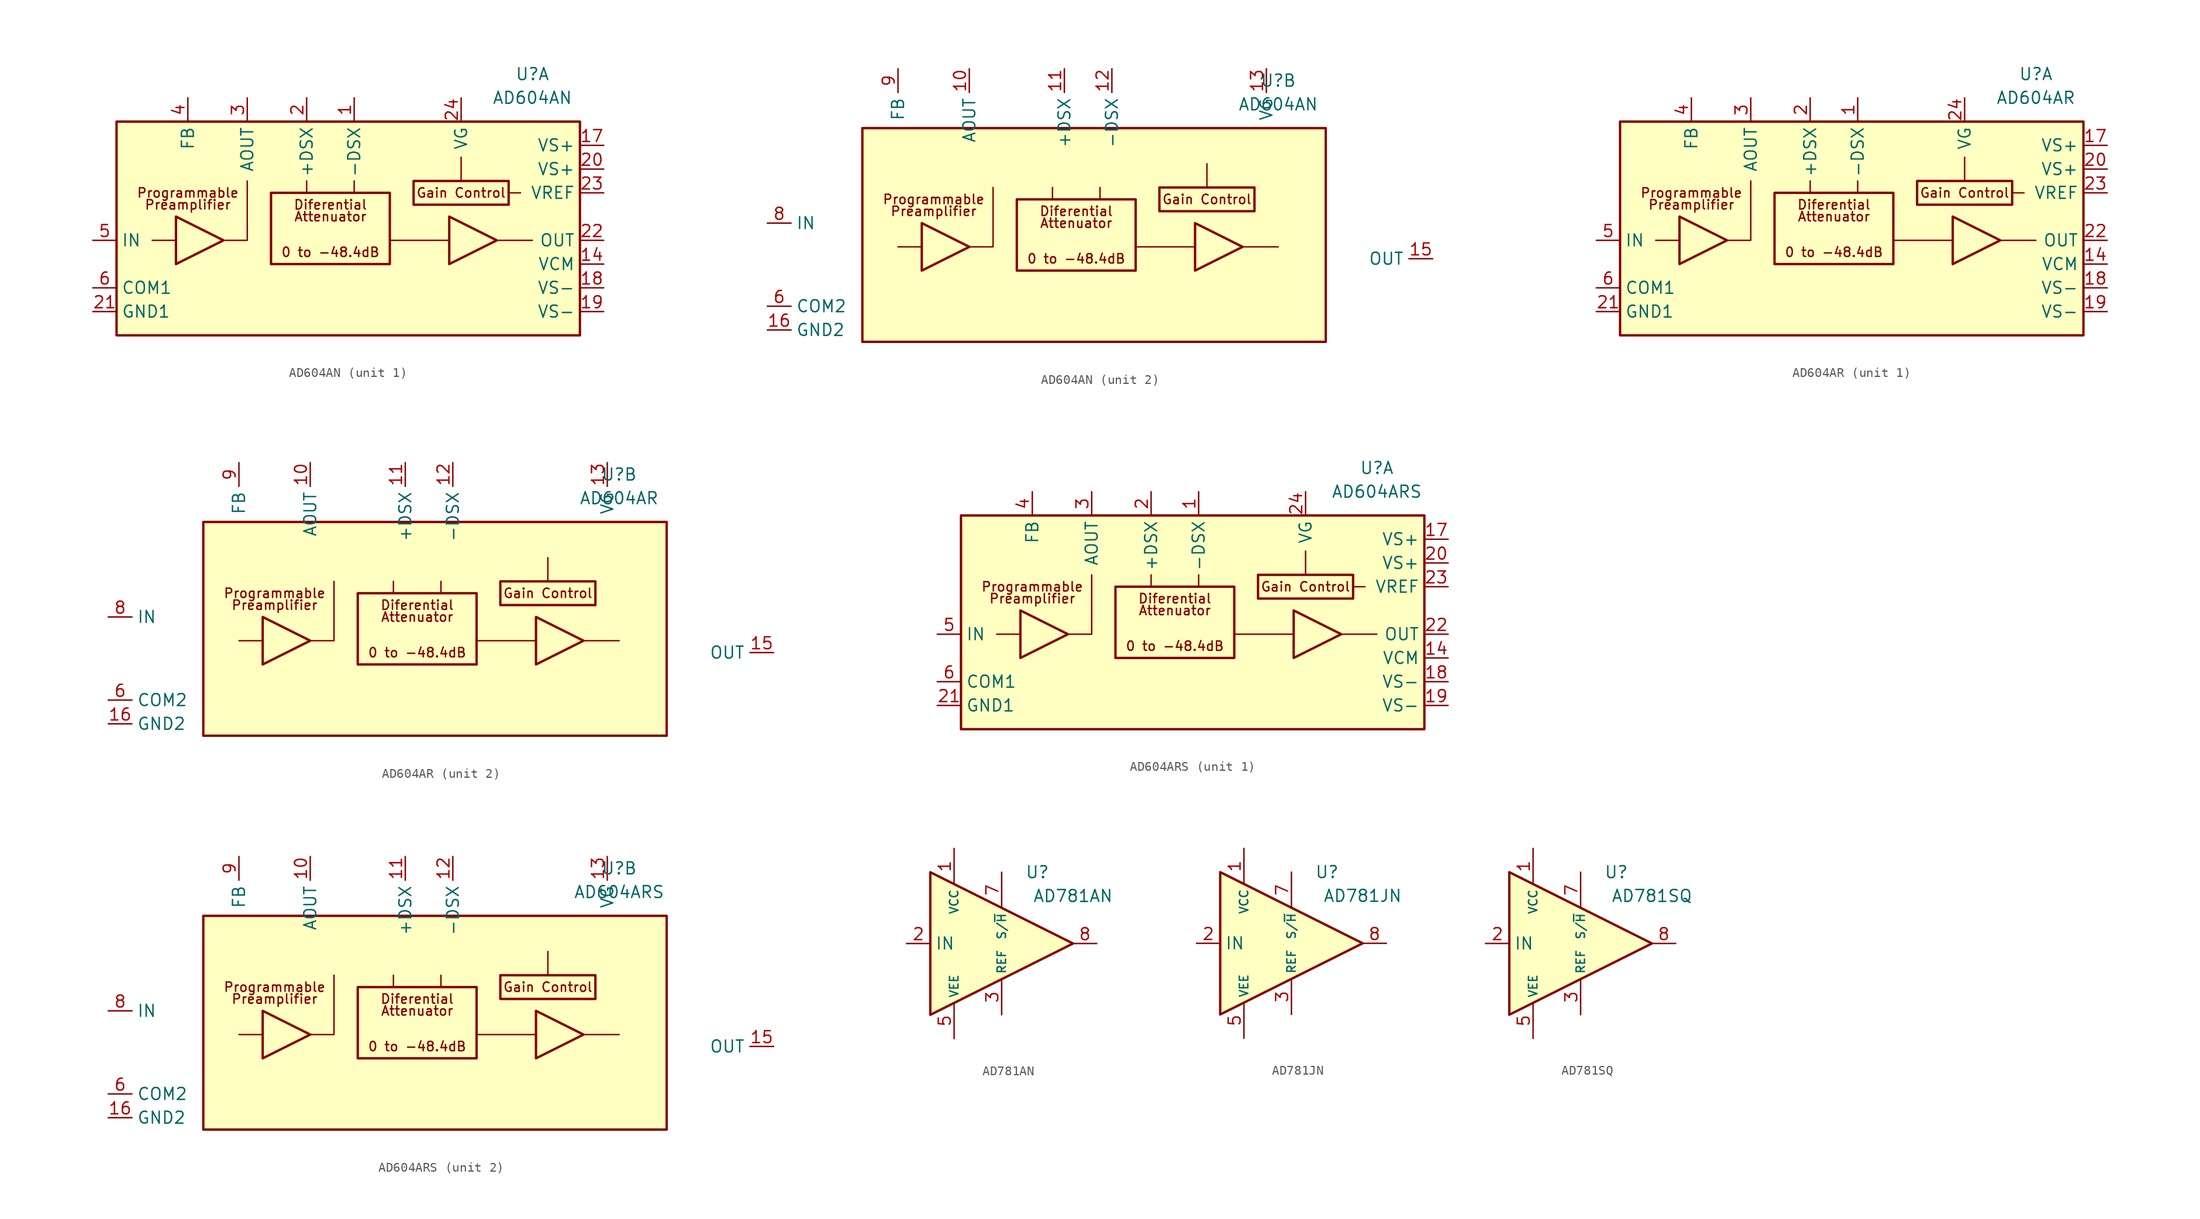
<source format=kicad_sym>
(kicad_symbol_lib
  (version 20211014)
  (generator kicad_symbol_editor)
  (symbol "AD604AN"
    (property "Reference" "U"
      (at 19.05 16.51 0)
      (effects (font (size 1.27 1.27))))
    (property "Value" "AD604AN"
      (at 19.05 13.97 0)
      (effects (font (size 1.27 1.27))))
    (property "ki_locked" ""
      (at 0 0 0)
      (effects (font (size 1.27 1.27))))
    (symbol "AD604AN_0_0"
      (rectangle (start -25.4 11.43) (end 24.13 -11.43) (stroke (width 0.254) (type default) (color 0 0 0 0)) (fill (type background)))
      (rectangle (start -8.89 3.81) (end 3.81 -3.81) (stroke (width 0.254) (type default) (color 0 0 0 0)) (fill (type none)))
      (polyline (pts (xy -19.05 -1.27) (xy -21.59 -1.27)) (stroke (width 0.152) (type default) (color 0 0 0 0)) (fill (type none)))
      (polyline (pts (xy -5.08 3.81) (xy -5.08 5.08)) (stroke (width 0.152) (type default) (color 0 0 0 0)) (fill (type none)))
      (polyline (pts (xy 0 3.81) (xy 0 5.08)) (stroke (width 0.152) (type default) (color 0 0 0 0)) (fill (type none)))
      (polyline (pts (xy 3.81 -1.27) (xy 10.16 -1.27)) (stroke (width 0.152) (type default) (color 0 0 0 0)) (fill (type none)))
      (polyline (pts (xy 11.43 5.08) (xy 11.43 7.62)) (stroke (width 0.152) (type default) (color 0 0 0 0)) (fill (type none)))
      (polyline (pts (xy 15.24 -1.27) (xy 19.05 -1.27)) (stroke (width 0.152) (type default) (color 0 0 0 0)) (fill (type none)))
      (polyline (pts (xy -13.97 -1.27) (xy -11.43 -1.27) (xy -11.43 5.08)) (stroke (width 0.152) (type default) (color 0 0 0 0)) (fill (type none)))
      (rectangle (start 6.35 5.08) (end 16.51 2.54) (stroke (width 0.254) (type default) (color 0 0 0 0)) (fill (type none)))
      (text "0 to -48.4dB" (at -2.54 -2.54 0) (effects (font (size 1 1))))
      (text "Attenuator" (at -2.54 1.27 0) (effects (font (size 1 1))))
      (text "Diferential" (at -2.54 2.54 0) (effects (font (size 1 1))))
      (text "Gain Control" (at 11.43 3.81 0) (effects (font (size 1 1))))
      (text "Preamplifier" (at -17.78 2.54 0) (effects (font (size 1 1))))
      (text "Programmable" (at -17.78 3.81 0) (effects (font (size 1 1)))))
    (symbol "AD604AN_0_1"
      (polyline (pts (xy -19.05 1.27) (xy -19.05 -3.81) (xy -13.97 -1.27) (xy -19.05 1.27)) (stroke (width 0.254) (type default) (color 0 0 0 0)) (fill (type none)))
      (polyline (pts (xy 10.16 1.27) (xy 10.16 -3.81) (xy 15.24 -1.27) (xy 10.16 1.27)) (stroke (width 0.254) (type default) (color 0 0 0 0)) (fill (type none))))
    (symbol "AD604AN_1_0"
      (polyline (pts (xy 16.51 3.81) (xy 17.78 3.81)) (stroke (width 0.152) (type default) (color 0 0 0 0)) (fill (type none))))
    (symbol "AD604AN_1_1"
      (pin input line (at 0 13.97 270) (length 2.54) (name "-DSX" (effects (font (size 1.27 1.27)))) (number "1" (effects (font (size 1.27 1.27)))))
      (pin input line (at 26.67 -3.81 180) (length 2.54) (name "VCM" (effects (font (size 1.27 1.27)))) (number "14" (effects (font (size 1.27 1.27)))))
      (pin power_in line (at 26.67 8.89 180) (length 2.54) (name "VS+" (effects (font (size 1.27 1.27)))) (number "17" (effects (font (size 1.27 1.27)))))
      (pin power_in line (at 26.67 -6.35 180) (length 2.54) (name "VS-" (effects (font (size 1.27 1.27)))) (number "18" (effects (font (size 1.27 1.27)))))
      (pin power_in line (at 26.67 -8.89 180) (length 2.54) (name "VS-" (effects (font (size 1.27 1.27)))) (number "19" (effects (font (size 1.27 1.27)))))
      (pin input line (at -5.08 13.97 270) (length 2.54) (name "+DSX" (effects (font (size 1.27 1.27)))) (number "2" (effects (font (size 1.27 1.27)))))
      (pin power_in line (at 26.67 6.35 180) (length 2.54) (name "VS+" (effects (font (size 1.27 1.27)))) (number "20" (effects (font (size 1.27 1.27)))))
      (pin power_in line (at -27.94 -8.89 0) (length 2.54) (name "GND1" (effects (font (size 1.27 1.27)))) (number "21" (effects (font (size 1.27 1.27)))))
      (pin output line (at 26.67 -1.27 180) (length 2.54) (name "OUT" (effects (font (size 1.27 1.27)))) (number "22" (effects (font (size 1.27 1.27)))))
      (pin input line (at 26.67 3.81 180) (length 2.54) (name "VREF" (effects (font (size 1.27 1.27)))) (number "23" (effects (font (size 1.27 1.27)))))
      (pin input line (at 11.43 13.97 270) (length 2.54) (name "VG" (effects (font (size 1.27 1.27)))) (number "24" (effects (font (size 1.27 1.27)))))
      (pin output line (at -11.43 13.97 270) (length 2.54) (name "AOUT" (effects (font (size 1.27 1.27)))) (number "3" (effects (font (size 1.27 1.27)))))
      (pin passive line (at -17.78 13.97 270) (length 2.54) (name "FB" (effects (font (size 1.27 1.27)))) (number "4" (effects (font (size 1.27 1.27)))))
      (pin input line (at -27.94 -1.27 0) (length 2.54) (name "IN" (effects (font (size 1.27 1.27)))) (number "5" (effects (font (size 1.27 1.27)))))
      (pin power_in line (at -27.94 -6.35 0) (length 2.54) (name "COM1" (effects (font (size 1.27 1.27)))) (number "6" (effects (font (size 1.27 1.27))))))
    (symbol "AD604AN_2_1"
      (pin output line (at -13.97 17.78 270) (length 2.54) (name "AOUT" (effects (font (size 1.27 1.27)))) (number "10" (effects (font (size 1.27 1.27)))))
      (pin input line (at -3.81 17.78 270) (length 2.54) (name "+DSX" (effects (font (size 1.27 1.27)))) (number "11" (effects (font (size 1.27 1.27)))))
      (pin input line (at 1.27 17.78 270) (length 2.54) (name "-DSX" (effects (font (size 1.27 1.27)))) (number "12" (effects (font (size 1.27 1.27)))))
      (pin input line (at 17.78 17.78 270) (length 2.54) (name "VG" (effects (font (size 1.27 1.27)))) (number "13" (effects (font (size 1.27 1.27)))))
      (pin output line (at 35.56 -2.54 180) (length 2.54) (name "OUT" (effects (font (size 1.27 1.27)))) (number "15" (effects (font (size 1.27 1.27)))))
      (pin power_in line (at -35.56 -10.16 0) (length 2.54) (name "GND2" (effects (font (size 1.27 1.27)))) (number "16" (effects (font (size 1.27 1.27)))))
      (pin power_in line (at -35.56 -7.62 0) (length 2.54) (name "COM2" (effects (font (size 1.27 1.27)))) (number "6" (effects (font (size 1.27 1.27)))))
      (pin input line (at -35.56 1.27 0) (length 2.54) (name "IN" (effects (font (size 1.27 1.27)))) (number "8" (effects (font (size 1.27 1.27)))))
      (pin passive line (at -21.59 17.78 270) (length 2.54) (name "FB" (effects (font (size 1.27 1.27)))) (number "9" (effects (font (size 1.27 1.27)))))))
  (symbol "AD604AR"
    (property "Reference" "U"
      (at 19.05 16.51 0)
      (effects (font (size 1.27 1.27))))
    (property "Value" "AD604AR"
      (at 19.05 13.97 0)
      (effects (font (size 1.27 1.27))))
    (property "ki_locked" ""
      (at 0 0 0)
      (effects (font (size 1.27 1.27))))
    (symbol "AD604AR_0_0"
      (rectangle (start -25.4 11.43) (end 24.13 -11.43) (stroke (width 0.254) (type default) (color 0 0 0 0)) (fill (type background)))
      (rectangle (start -8.89 3.81) (end 3.81 -3.81) (stroke (width 0.254) (type default) (color 0 0 0 0)) (fill (type none)))
      (polyline (pts (xy -19.05 -1.27) (xy -21.59 -1.27)) (stroke (width 0.152) (type default) (color 0 0 0 0)) (fill (type none)))
      (polyline (pts (xy -5.08 3.81) (xy -5.08 5.08)) (stroke (width 0.152) (type default) (color 0 0 0 0)) (fill (type none)))
      (polyline (pts (xy 0 3.81) (xy 0 5.08)) (stroke (width 0.152) (type default) (color 0 0 0 0)) (fill (type none)))
      (polyline (pts (xy 3.81 -1.27) (xy 10.16 -1.27)) (stroke (width 0.152) (type default) (color 0 0 0 0)) (fill (type none)))
      (polyline (pts (xy 11.43 5.08) (xy 11.43 7.62)) (stroke (width 0.152) (type default) (color 0 0 0 0)) (fill (type none)))
      (polyline (pts (xy 15.24 -1.27) (xy 19.05 -1.27)) (stroke (width 0.152) (type default) (color 0 0 0 0)) (fill (type none)))
      (polyline (pts (xy -13.97 -1.27) (xy -11.43 -1.27) (xy -11.43 5.08)) (stroke (width 0.152) (type default) (color 0 0 0 0)) (fill (type none)))
      (rectangle (start 6.35 5.08) (end 16.51 2.54) (stroke (width 0.254) (type default) (color 0 0 0 0)) (fill (type none)))
      (text "0 to -48.4dB" (at -2.54 -2.54 0) (effects (font (size 1 1))))
      (text "Attenuator" (at -2.54 1.27 0) (effects (font (size 1 1))))
      (text "Diferential" (at -2.54 2.54 0) (effects (font (size 1 1))))
      (text "Gain Control" (at 11.43 3.81 0) (effects (font (size 1 1))))
      (text "Preamplifier" (at -17.78 2.54 0) (effects (font (size 1 1))))
      (text "Programmable" (at -17.78 3.81 0) (effects (font (size 1 1)))))
    (symbol "AD604AR_0_1"
      (polyline (pts (xy -19.05 1.27) (xy -19.05 -3.81) (xy -13.97 -1.27) (xy -19.05 1.27)) (stroke (width 0.254) (type default) (color 0 0 0 0)) (fill (type none)))
      (polyline (pts (xy 10.16 1.27) (xy 10.16 -3.81) (xy 15.24 -1.27) (xy 10.16 1.27)) (stroke (width 0.254) (type default) (color 0 0 0 0)) (fill (type none))))
    (symbol "AD604AR_1_0"
      (polyline (pts (xy 16.51 3.81) (xy 17.78 3.81)) (stroke (width 0.152) (type default) (color 0 0 0 0)) (fill (type none))))
    (symbol "AD604AR_1_1"
      (pin input line (at 0 13.97 270) (length 2.54) (name "-DSX" (effects (font (size 1.27 1.27)))) (number "1" (effects (font (size 1.27 1.27)))))
      (pin input line (at 26.67 -3.81 180) (length 2.54) (name "VCM" (effects (font (size 1.27 1.27)))) (number "14" (effects (font (size 1.27 1.27)))))
      (pin power_in line (at 26.67 8.89 180) (length 2.54) (name "VS+" (effects (font (size 1.27 1.27)))) (number "17" (effects (font (size 1.27 1.27)))))
      (pin power_in line (at 26.67 -6.35 180) (length 2.54) (name "VS-" (effects (font (size 1.27 1.27)))) (number "18" (effects (font (size 1.27 1.27)))))
      (pin power_in line (at 26.67 -8.89 180) (length 2.54) (name "VS-" (effects (font (size 1.27 1.27)))) (number "19" (effects (font (size 1.27 1.27)))))
      (pin input line (at -5.08 13.97 270) (length 2.54) (name "+DSX" (effects (font (size 1.27 1.27)))) (number "2" (effects (font (size 1.27 1.27)))))
      (pin power_in line (at 26.67 6.35 180) (length 2.54) (name "VS+" (effects (font (size 1.27 1.27)))) (number "20" (effects (font (size 1.27 1.27)))))
      (pin power_in line (at -27.94 -8.89 0) (length 2.54) (name "GND1" (effects (font (size 1.27 1.27)))) (number "21" (effects (font (size 1.27 1.27)))))
      (pin output line (at 26.67 -1.27 180) (length 2.54) (name "OUT" (effects (font (size 1.27 1.27)))) (number "22" (effects (font (size 1.27 1.27)))))
      (pin input line (at 26.67 3.81 180) (length 2.54) (name "VREF" (effects (font (size 1.27 1.27)))) (number "23" (effects (font (size 1.27 1.27)))))
      (pin input line (at 11.43 13.97 270) (length 2.54) (name "VG" (effects (font (size 1.27 1.27)))) (number "24" (effects (font (size 1.27 1.27)))))
      (pin output line (at -11.43 13.97 270) (length 2.54) (name "AOUT" (effects (font (size 1.27 1.27)))) (number "3" (effects (font (size 1.27 1.27)))))
      (pin passive line (at -17.78 13.97 270) (length 2.54) (name "FB" (effects (font (size 1.27 1.27)))) (number "4" (effects (font (size 1.27 1.27)))))
      (pin input line (at -27.94 -1.27 0) (length 2.54) (name "IN" (effects (font (size 1.27 1.27)))) (number "5" (effects (font (size 1.27 1.27)))))
      (pin power_in line (at -27.94 -6.35 0) (length 2.54) (name "COM1" (effects (font (size 1.27 1.27)))) (number "6" (effects (font (size 1.27 1.27))))))
    (symbol "AD604AR_2_1"
      (pin output line (at -13.97 17.78 270) (length 2.54) (name "AOUT" (effects (font (size 1.27 1.27)))) (number "10" (effects (font (size 1.27 1.27)))))
      (pin input line (at -3.81 17.78 270) (length 2.54) (name "+DSX" (effects (font (size 1.27 1.27)))) (number "11" (effects (font (size 1.27 1.27)))))
      (pin input line (at 1.27 17.78 270) (length 2.54) (name "-DSX" (effects (font (size 1.27 1.27)))) (number "12" (effects (font (size 1.27 1.27)))))
      (pin input line (at 17.78 17.78 270) (length 2.54) (name "VG" (effects (font (size 1.27 1.27)))) (number "13" (effects (font (size 1.27 1.27)))))
      (pin output line (at 35.56 -2.54 180) (length 2.54) (name "OUT" (effects (font (size 1.27 1.27)))) (number "15" (effects (font (size 1.27 1.27)))))
      (pin power_in line (at -35.56 -10.16 0) (length 2.54) (name "GND2" (effects (font (size 1.27 1.27)))) (number "16" (effects (font (size 1.27 1.27)))))
      (pin power_in line (at -35.56 -7.62 0) (length 2.54) (name "COM2" (effects (font (size 1.27 1.27)))) (number "6" (effects (font (size 1.27 1.27)))))
      (pin input line (at -35.56 1.27 0) (length 2.54) (name "IN" (effects (font (size 1.27 1.27)))) (number "8" (effects (font (size 1.27 1.27)))))
      (pin passive line (at -21.59 17.78 270) (length 2.54) (name "FB" (effects (font (size 1.27 1.27)))) (number "9" (effects (font (size 1.27 1.27)))))))
  (symbol "AD604ARS"
    (property "Reference" "U"
      (at 19.05 16.51 0)
      (effects (font (size 1.27 1.27))))
    (property "Value" "AD604ARS"
      (at 19.05 13.97 0)
      (effects (font (size 1.27 1.27))))
    (property "ki_locked" ""
      (at 0 0 0)
      (effects (font (size 1.27 1.27))))
    (symbol "AD604ARS_0_0"
      (rectangle (start -25.4 11.43) (end 24.13 -11.43) (stroke (width 0.254) (type default) (color 0 0 0 0)) (fill (type background)))
      (rectangle (start -8.89 3.81) (end 3.81 -3.81) (stroke (width 0.254) (type default) (color 0 0 0 0)) (fill (type none)))
      (polyline (pts (xy -19.05 -1.27) (xy -21.59 -1.27)) (stroke (width 0.152) (type default) (color 0 0 0 0)) (fill (type none)))
      (polyline (pts (xy -5.08 3.81) (xy -5.08 5.08)) (stroke (width 0.152) (type default) (color 0 0 0 0)) (fill (type none)))
      (polyline (pts (xy 0 3.81) (xy 0 5.08)) (stroke (width 0.152) (type default) (color 0 0 0 0)) (fill (type none)))
      (polyline (pts (xy 3.81 -1.27) (xy 10.16 -1.27)) (stroke (width 0.152) (type default) (color 0 0 0 0)) (fill (type none)))
      (polyline (pts (xy 11.43 5.08) (xy 11.43 7.62)) (stroke (width 0.152) (type default) (color 0 0 0 0)) (fill (type none)))
      (polyline (pts (xy 15.24 -1.27) (xy 19.05 -1.27)) (stroke (width 0.152) (type default) (color 0 0 0 0)) (fill (type none)))
      (polyline (pts (xy -13.97 -1.27) (xy -11.43 -1.27) (xy -11.43 5.08)) (stroke (width 0.152) (type default) (color 0 0 0 0)) (fill (type none)))
      (rectangle (start 6.35 5.08) (end 16.51 2.54) (stroke (width 0.254) (type default) (color 0 0 0 0)) (fill (type none)))
      (text "0 to -48.4dB" (at -2.54 -2.54 0) (effects (font (size 1 1))))
      (text "Attenuator" (at -2.54 1.27 0) (effects (font (size 1 1))))
      (text "Diferential" (at -2.54 2.54 0) (effects (font (size 1 1))))
      (text "Gain Control" (at 11.43 3.81 0) (effects (font (size 1 1))))
      (text "Preamplifier" (at -17.78 2.54 0) (effects (font (size 1 1))))
      (text "Programmable" (at -17.78 3.81 0) (effects (font (size 1 1)))))
    (symbol "AD604ARS_0_1"
      (polyline (pts (xy -19.05 1.27) (xy -19.05 -3.81) (xy -13.97 -1.27) (xy -19.05 1.27)) (stroke (width 0.254) (type default) (color 0 0 0 0)) (fill (type none)))
      (polyline (pts (xy 10.16 1.27) (xy 10.16 -3.81) (xy 15.24 -1.27) (xy 10.16 1.27)) (stroke (width 0.254) (type default) (color 0 0 0 0)) (fill (type none))))
    (symbol "AD604ARS_1_0"
      (polyline (pts (xy 16.51 3.81) (xy 17.78 3.81)) (stroke (width 0.152) (type default) (color 0 0 0 0)) (fill (type none))))
    (symbol "AD604ARS_1_1"
      (pin input line (at 0 13.97 270) (length 2.54) (name "-DSX" (effects (font (size 1.27 1.27)))) (number "1" (effects (font (size 1.27 1.27)))))
      (pin input line (at 26.67 -3.81 180) (length 2.54) (name "VCM" (effects (font (size 1.27 1.27)))) (number "14" (effects (font (size 1.27 1.27)))))
      (pin power_in line (at 26.67 8.89 180) (length 2.54) (name "VS+" (effects (font (size 1.27 1.27)))) (number "17" (effects (font (size 1.27 1.27)))))
      (pin power_in line (at 26.67 -6.35 180) (length 2.54) (name "VS-" (effects (font (size 1.27 1.27)))) (number "18" (effects (font (size 1.27 1.27)))))
      (pin power_in line (at 26.67 -8.89 180) (length 2.54) (name "VS-" (effects (font (size 1.27 1.27)))) (number "19" (effects (font (size 1.27 1.27)))))
      (pin input line (at -5.08 13.97 270) (length 2.54) (name "+DSX" (effects (font (size 1.27 1.27)))) (number "2" (effects (font (size 1.27 1.27)))))
      (pin power_in line (at 26.67 6.35 180) (length 2.54) (name "VS+" (effects (font (size 1.27 1.27)))) (number "20" (effects (font (size 1.27 1.27)))))
      (pin power_in line (at -27.94 -8.89 0) (length 2.54) (name "GND1" (effects (font (size 1.27 1.27)))) (number "21" (effects (font (size 1.27 1.27)))))
      (pin output line (at 26.67 -1.27 180) (length 2.54) (name "OUT" (effects (font (size 1.27 1.27)))) (number "22" (effects (font (size 1.27 1.27)))))
      (pin input line (at 26.67 3.81 180) (length 2.54) (name "VREF" (effects (font (size 1.27 1.27)))) (number "23" (effects (font (size 1.27 1.27)))))
      (pin input line (at 11.43 13.97 270) (length 2.54) (name "VG" (effects (font (size 1.27 1.27)))) (number "24" (effects (font (size 1.27 1.27)))))
      (pin output line (at -11.43 13.97 270) (length 2.54) (name "AOUT" (effects (font (size 1.27 1.27)))) (number "3" (effects (font (size 1.27 1.27)))))
      (pin passive line (at -17.78 13.97 270) (length 2.54) (name "FB" (effects (font (size 1.27 1.27)))) (number "4" (effects (font (size 1.27 1.27)))))
      (pin input line (at -27.94 -1.27 0) (length 2.54) (name "IN" (effects (font (size 1.27 1.27)))) (number "5" (effects (font (size 1.27 1.27)))))
      (pin power_in line (at -27.94 -6.35 0) (length 2.54) (name "COM1" (effects (font (size 1.27 1.27)))) (number "6" (effects (font (size 1.27 1.27))))))
    (symbol "AD604ARS_2_1"
      (pin output line (at -13.97 17.78 270) (length 2.54) (name "AOUT" (effects (font (size 1.27 1.27)))) (number "10" (effects (font (size 1.27 1.27)))))
      (pin input line (at -3.81 17.78 270) (length 2.54) (name "+DSX" (effects (font (size 1.27 1.27)))) (number "11" (effects (font (size 1.27 1.27)))))
      (pin input line (at 1.27 17.78 270) (length 2.54) (name "-DSX" (effects (font (size 1.27 1.27)))) (number "12" (effects (font (size 1.27 1.27)))))
      (pin input line (at 17.78 17.78 270) (length 2.54) (name "VG" (effects (font (size 1.27 1.27)))) (number "13" (effects (font (size 1.27 1.27)))))
      (pin output line (at 35.56 -2.54 180) (length 2.54) (name "OUT" (effects (font (size 1.27 1.27)))) (number "15" (effects (font (size 1.27 1.27)))))
      (pin power_in line (at -35.56 -10.16 0) (length 2.54) (name "GND2" (effects (font (size 1.27 1.27)))) (number "16" (effects (font (size 1.27 1.27)))))
      (pin power_in line (at -35.56 -7.62 0) (length 2.54) (name "COM2" (effects (font (size 1.27 1.27)))) (number "6" (effects (font (size 1.27 1.27)))))
      (pin input line (at -35.56 1.27 0) (length 2.54) (name "IN" (effects (font (size 1.27 1.27)))) (number "8" (effects (font (size 1.27 1.27)))))
      (pin passive line (at -21.59 17.78 270) (length 2.54) (name "FB" (effects (font (size 1.27 1.27)))) (number "9" (effects (font (size 1.27 1.27)))))))
  (symbol "AD781AN"
    (property "Reference" "U"
      (at 7.62 7.62 0)
      (effects (font (size 1.27 1.27))))
    (property "Value" "AD781AN"
      (at 11.43 5.08 0)
      (effects (font (size 1.27 1.27))))
    (symbol "AD781AN_0_1"
      (polyline (pts (xy -3.81 7.62) (xy -3.81 -7.62) (xy 11.43 0) (xy -3.81 7.62)) (stroke (width 0.254) (type default) (color 0 0 0 0)) (fill (type background))))
    (symbol "AD781AN_1_1"
      (pin power_in line (at -1.27 10.16 270) (length 3.81) (name "VCC" (effects (font (size 0.9 0.9)))) (number "1" (effects (font (size 1.27 1.27)))))
      (pin input line (at -6.35 0 0) (length 2.54) (name "IN" (effects (font (size 1.27 1.27)))) (number "2" (effects (font (size 1.27 1.27)))))
      (pin input line (at 3.81 -7.62 90) (length 3.81) (name "REF" (effects (font (size 0.9 0.9)))) (number "3" (effects (font (size 1.27 1.27)))))
      (pin power_in line (at -1.27 -10.16 90) (length 3.81) (name "VEE" (effects (font (size 0.9 0.9)))) (number "5" (effects (font (size 1.27 1.27)))))
      (pin input line (at 3.81 7.62 270) (length 3.81) (name "S/~{H}" (effects (font (size 0.9 0.9)))) (number "7" (effects (font (size 1.27 1.27)))))
      (pin output line (at 13.97 0 180) (length 2.54) (name "~" (effects (font (size 1.27 1.27)))) (number "8" (effects (font (size 1.27 1.27)))))))
  (symbol "AD781JN"
    (property "Reference" "U"
      (at 7.62 7.62 0)
      (effects (font (size 1.27 1.27))))
    (property "Value" "AD781JN"
      (at 11.43 5.08 0)
      (effects (font (size 1.27 1.27))))
    (symbol "AD781JN_0_1"
      (polyline (pts (xy -3.81 7.62) (xy -3.81 -7.62) (xy 11.43 0) (xy -3.81 7.62)) (stroke (width 0.254) (type default) (color 0 0 0 0)) (fill (type background))))
    (symbol "AD781JN_1_1"
      (pin power_in line (at -1.27 10.16 270) (length 3.81) (name "VCC" (effects (font (size 0.9 0.9)))) (number "1" (effects (font (size 1.27 1.27)))))
      (pin input line (at -6.35 0 0) (length 2.54) (name "IN" (effects (font (size 1.27 1.27)))) (number "2" (effects (font (size 1.27 1.27)))))
      (pin input line (at 3.81 -7.62 90) (length 3.81) (name "REF" (effects (font (size 0.9 0.9)))) (number "3" (effects (font (size 1.27 1.27)))))
      (pin power_in line (at -1.27 -10.16 90) (length 3.81) (name "VEE" (effects (font (size 0.9 0.9)))) (number "5" (effects (font (size 1.27 1.27)))))
      (pin input line (at 3.81 7.62 270) (length 3.81) (name "S/~{H}" (effects (font (size 0.9 0.9)))) (number "7" (effects (font (size 1.27 1.27)))))
      (pin output line (at 13.97 0 180) (length 2.54) (name "~" (effects (font (size 1.27 1.27)))) (number "8" (effects (font (size 1.27 1.27)))))))
  (symbol "AD781SQ"
    (property "Reference" "U"
      (at 7.62 7.62 0)
      (effects (font (size 1.27 1.27))))
    (property "Value" "AD781SQ"
      (at 11.43 5.08 0)
      (effects (font (size 1.27 1.27))))
    (symbol "AD781SQ_0_1"
      (polyline (pts (xy -3.81 7.62) (xy -3.81 -7.62) (xy 11.43 0) (xy -3.81 7.62)) (stroke (width 0.254) (type default) (color 0 0 0 0)) (fill (type background))))
    (symbol "AD781SQ_1_1"
      (pin power_in line (at -1.27 10.16 270) (length 3.81) (name "VCC" (effects (font (size 0.9 0.9)))) (number "1" (effects (font (size 1.27 1.27)))))
      (pin input line (at -6.35 0 0) (length 2.54) (name "IN" (effects (font (size 1.27 1.27)))) (number "2" (effects (font (size 1.27 1.27)))))
      (pin input line (at 3.81 -7.62 90) (length 3.81) (name "REF" (effects (font (size 0.9 0.9)))) (number "3" (effects (font (size 1.27 1.27)))))
      (pin power_in line (at -1.27 -10.16 90) (length 3.81) (name "VEE" (effects (font (size 0.9 0.9)))) (number "5" (effects (font (size 1.27 1.27)))))
      (pin input line (at 3.81 7.62 270) (length 3.81) (name "S/~{H}" (effects (font (size 0.9 0.9)))) (number "7" (effects (font (size 1.27 1.27)))))
      (pin output line (at 13.97 0 180) (length 2.54) (name "~" (effects (font (size 1.27 1.27)))) (number "8" (effects (font (size 1.27 1.27))))))))
</source>
